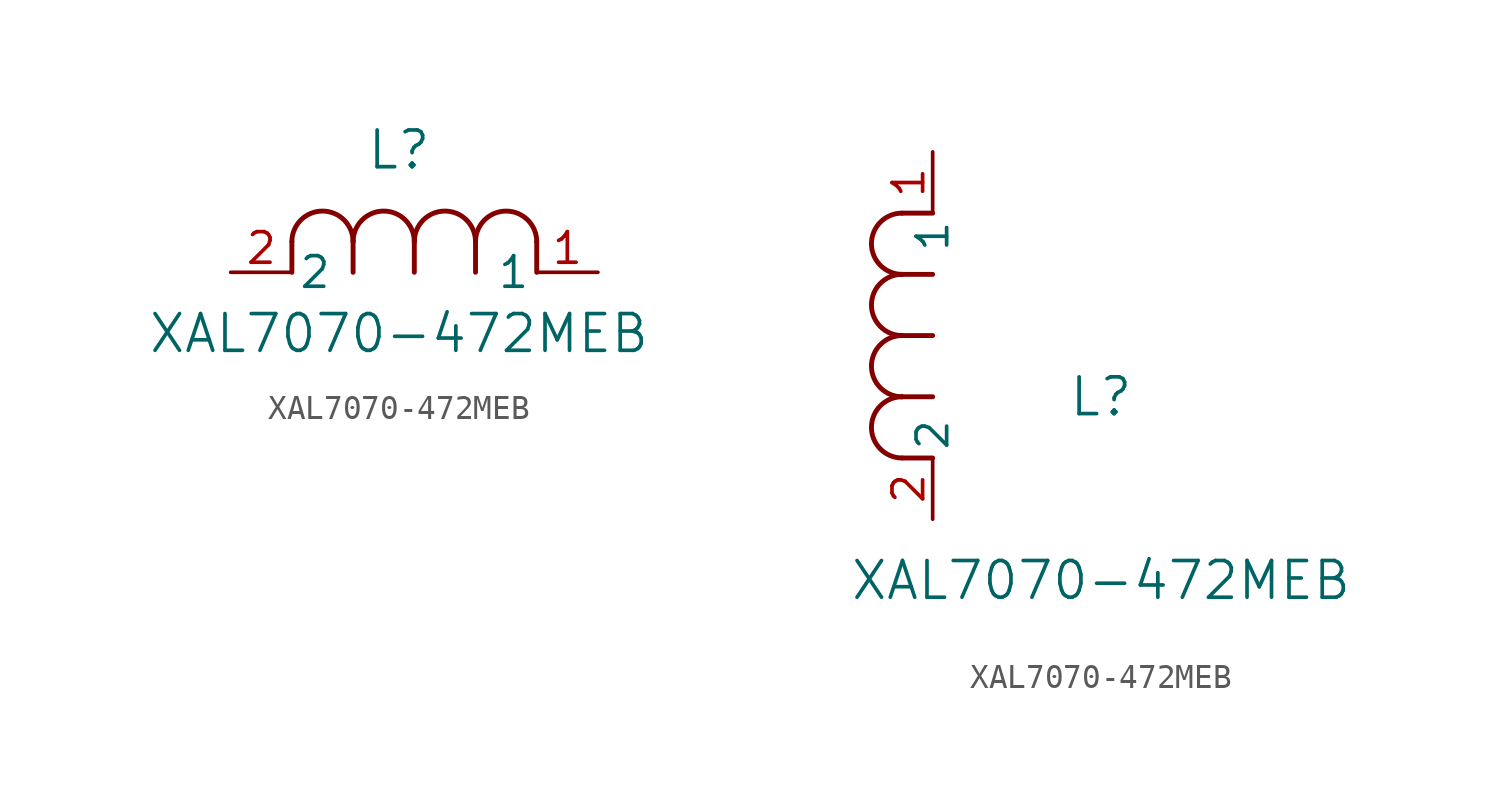
<source format=kicad_sym>
(kicad_symbol_lib
  (version 20211014)
  (generator kicad_symbol_editor)
  (symbol "XAL7070-472MEB"
    (pin_names
      (offset 0.254))
    (property "Reference" "L"
      (at 6.985 5.08 0)
      (effects (font (size 1.524 1.524))))
    (property "Value" "XAL7070-472MEB"
      (at 6.985 -2.54 0)
      (effects (font (size 1.524 1.524))))
    (symbol "XAL7070-472MEB_1_1"
      (arc (start 7.62 1.27) (mid 6.35 2.54) (end 5.08 1.27) (stroke (width 0.2032) (type default) (color 0 0 0 0)) (fill (type none)))
      (polyline (pts (xy 5.08 0) (xy 5.08 1.27)) (stroke (width 0.203) (type default) (color 0 0 0 0)) (fill (type none)))
      (polyline (pts (xy 7.62 0) (xy 7.62 1.27)) (stroke (width 0.203) (type default) (color 0 0 0 0)) (fill (type none)))
      (polyline (pts (xy 12.7 0) (xy 12.7 1.27)) (stroke (width 0.203) (type default) (color 0 0 0 0)) (fill (type none)))
      (arc (start 5.08 1.27) (mid 3.81 2.54) (end 2.54 1.27) (stroke (width 0.2032) (type default) (color 0 0 0 0)) (fill (type none)))
      (arc (start 10.16 1.27) (mid 8.89 2.54) (end 7.62 1.27) (stroke (width 0.2032) (type default) (color 0 0 0 0)) (fill (type none)))
      (arc (start 12.7 1.27) (mid 11.43 2.54) (end 10.16 1.27) (stroke (width 0.2032) (type default) (color 0 0 0 0)) (fill (type none)))
      (polyline (pts (xy 2.54 0) (xy 2.54 1.27)) (stroke (width 0.203) (type default) (color 0 0 0 0)) (fill (type none)))
      (polyline (pts (xy 10.16 0) (xy 10.16 1.27)) (stroke (width 0.203) (type default) (color 0 0 0 0)) (fill (type none)))
      (pin unspecified line (at 0 0 0) (length 2.54) (name "2" (effects (font (size 1.27 1.27)))) (number "2" (effects (font (size 1.27 1.27)))))
      (pin unspecified line (at 15.24 0 180) (length 2.54) (name "1" (effects (font (size 1.27 1.27)))) (number "1" (effects (font (size 1.27 1.27))))))
    (symbol "XAL7070-472MEB_1_2"
      (arc (start -1.27 7.62) (mid -2.54 6.35) (end -1.27 5.08) (stroke (width 0.2032) (type default) (color 0 0 0 0)) (fill (type none)))
      (arc (start -1.27 5.08) (mid -2.54 3.81) (end -1.27 2.54) (stroke (width 0.2032) (type default) (color 0 0 0 0)) (fill (type none)))
      (arc (start -1.27 12.7) (mid -2.54 11.43) (end -1.27 10.16) (stroke (width 0.2032) (type default) (color 0 0 0 0)) (fill (type none)))
      (arc (start -1.27 10.16) (mid -2.54 8.89) (end -1.27 7.62) (stroke (width 0.2032) (type default) (color 0 0 0 0)) (fill (type none)))
      (polyline (pts (xy 0 7.62) (xy -1.27 7.62)) (stroke (width 0.203) (type default) (color 0 0 0 0)) (fill (type none)))
      (polyline (pts (xy 0 5.08) (xy -1.27 5.08)) (stroke (width 0.203) (type default) (color 0 0 0 0)) (fill (type none)))
      (polyline (pts (xy 0 12.7) (xy -1.27 12.7)) (stroke (width 0.203) (type default) (color 0 0 0 0)) (fill (type none)))
      (polyline (pts (xy 0 2.54) (xy -1.27 2.54)) (stroke (width 0.203) (type default) (color 0 0 0 0)) (fill (type none)))
      (polyline (pts (xy 0 10.16) (xy -1.27 10.16)) (stroke (width 0.203) (type default) (color 0 0 0 0)) (fill (type none)))
      (pin unspecified line (at 0 0 90) (length 2.54) (name "2" (effects (font (size 1.27 1.27)))) (number "2" (effects (font (size 1.27 1.27)))))
      (pin unspecified line (at 0 15.24 270) (length 2.54) (name "1" (effects (font (size 1.27 1.27)))) (number "1" (effects (font (size 1.27 1.27))))))))
</source>
